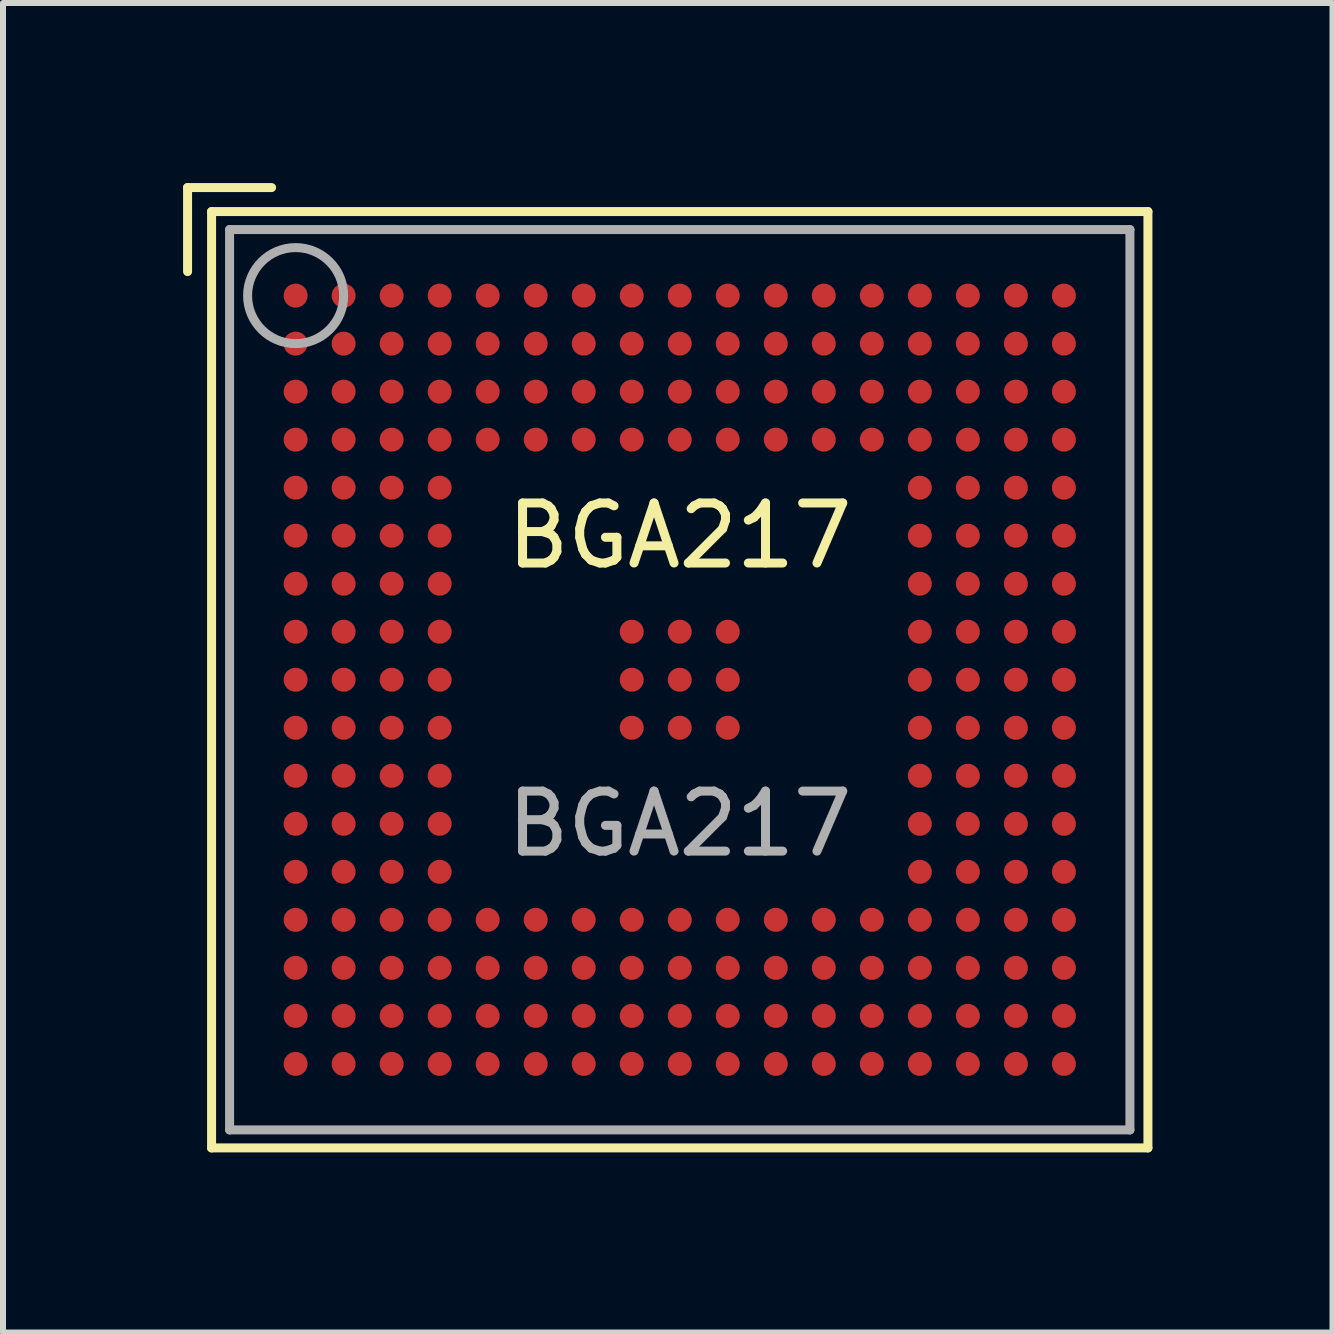
<source format=kicad_pcb>
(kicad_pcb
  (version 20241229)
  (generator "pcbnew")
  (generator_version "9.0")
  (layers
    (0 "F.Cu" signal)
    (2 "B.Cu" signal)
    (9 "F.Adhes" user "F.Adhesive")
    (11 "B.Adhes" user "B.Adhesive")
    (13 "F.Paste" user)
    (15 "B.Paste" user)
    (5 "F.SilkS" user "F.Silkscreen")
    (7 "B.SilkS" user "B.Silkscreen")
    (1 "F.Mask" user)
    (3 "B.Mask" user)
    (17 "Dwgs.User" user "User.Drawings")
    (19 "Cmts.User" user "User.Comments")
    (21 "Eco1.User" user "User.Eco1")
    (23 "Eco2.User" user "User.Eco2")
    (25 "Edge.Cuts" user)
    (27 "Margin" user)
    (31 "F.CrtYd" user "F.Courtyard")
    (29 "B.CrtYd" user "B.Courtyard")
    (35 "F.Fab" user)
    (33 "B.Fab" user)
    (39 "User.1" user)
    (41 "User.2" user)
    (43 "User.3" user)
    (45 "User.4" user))
  (footprint "BGA217"
    (layer "F.Cu")
    (at 8.275 8.275)
    (property "Reference" "BGA217" (at 0 -2.4 0) (layer "F.SilkS") (effects (font (size 1 1) (thickness 0.15))))
    (attr smd)
    (fp_line (start -8.2 -8.2) (end -6.8 -8.2) (stroke (width 0.15) (type solid)) (layer "F.SilkS"))
    (fp_line (start -8.2 -6.8) (end -8.2 -8.2) (stroke (width 0.15) (type solid)) (layer "F.SilkS"))
    (fp_line (start -7.8 -7.8) (end -7.8 7.8) (stroke (width 0.15) (type solid)) (layer "F.SilkS"))
    (fp_line (start -7.8 7.8) (end 7.8 7.8) (stroke (width 0.15) (type solid)) (layer "F.SilkS"))
    (fp_line (start 7.8 -7.8) (end -7.8 -7.8) (stroke (width 0.15) (type solid)) (layer "F.SilkS"))
    (fp_line (start 7.8 7.8) (end 7.8 -7.8) (stroke (width 0.15) (type solid)) (layer "F.SilkS"))
    (fp_line (start -7.5 -7.5) (end -7.5 7.5) (stroke (width 0.15) (type solid)) (layer "F.Fab"))
    (fp_line (start -7.5 7.5) (end 7.5 7.5) (stroke (width 0.15) (type solid)) (layer "F.Fab"))
    (fp_line (start 7.5 -7.5) (end -7.5 -7.5) (stroke (width 0.15) (type solid)) (layer "F.Fab"))
    (fp_line (start 7.5 7.5) (end 7.5 -7.5) (stroke (width 0.15) (type solid)) (layer "F.Fab"))
    (fp_circle (center -6.4 -6.4) (end -5.6 -6.4) (stroke (width 0.15) (type solid)) (fill no) (layer "F.Fab"))
    (fp_text user "${REFERENCE}" (at 0 2.4 0) (layer "F.Fab") (effects (font (size 1 1) (thickness 0.15))))
    (pad "A1" smd circle (at -6.4 -6.4) (size 0.4 0.4) (layers "F.Cu" "F.Mask" "F.Paste"))
    (pad "A2" smd circle (at -5.6 -6.4) (size 0.4 0.4) (layers "F.Cu" "F.Mask" "F.Paste"))
    (pad "A3" smd circle (at -4.8 -6.4) (size 0.4 0.4) (layers "F.Cu" "F.Mask" "F.Paste"))
    (pad "A4" smd circle (at -4 -6.4) (size 0.4 0.4) (layers "F.Cu" "F.Mask" "F.Paste"))
    (pad "A5" smd circle (at -3.2 -6.4) (size 0.4 0.4) (layers "F.Cu" "F.Mask" "F.Paste"))
    (pad "A6" smd circle (at -2.4 -6.4) (size 0.4 0.4) (layers "F.Cu" "F.Mask" "F.Paste"))
    (pad "A7" smd circle (at -1.6 -6.4) (size 0.4 0.4) (layers "F.Cu" "F.Mask" "F.Paste"))
    (pad "A8" smd circle (at -0.8 -6.4) (size 0.4 0.4) (layers "F.Cu" "F.Mask" "F.Paste"))
    (pad "A9" smd circle (at 0 -6.4) (size 0.4 0.4) (layers "F.Cu" "F.Mask" "F.Paste"))
    (pad "A10" smd circle (at 0.8 -6.4) (size 0.4 0.4) (layers "F.Cu" "F.Mask" "F.Paste"))
    (pad "A11" smd circle (at 1.6 -6.4) (size 0.4 0.4) (layers "F.Cu" "F.Mask" "F.Paste"))
    (pad "A12" smd circle (at 2.4 -6.4) (size 0.4 0.4) (layers "F.Cu" "F.Mask" "F.Paste"))
    (pad "A13" smd circle (at 3.2 -6.4) (size 0.4 0.4) (layers "F.Cu" "F.Mask" "F.Paste"))
    (pad "A14" smd circle (at 4 -6.4) (size 0.4 0.4) (layers "F.Cu" "F.Mask" "F.Paste"))
    (pad "A15" smd circle (at 4.8 -6.4) (size 0.4 0.4) (layers "F.Cu" "F.Mask" "F.Paste"))
    (pad "A16" smd circle (at 5.6 -6.4) (size 0.4 0.4) (layers "F.Cu" "F.Mask" "F.Paste"))
    (pad "A17" smd circle (at 6.4 -6.4) (size 0.4 0.4) (layers "F.Cu" "F.Mask" "F.Paste"))
    (pad "B1" smd circle (at -6.4 -5.6) (size 0.4 0.4) (layers "F.Cu" "F.Mask" "F.Paste"))
    (pad "B2" smd circle (at -5.6 -5.6) (size 0.4 0.4) (layers "F.Cu" "F.Mask" "F.Paste"))
    (pad "B3" smd circle (at -4.8 -5.6) (size 0.4 0.4) (layers "F.Cu" "F.Mask" "F.Paste"))
    (pad "B4" smd circle (at -4 -5.6) (size 0.4 0.4) (layers "F.Cu" "F.Mask" "F.Paste"))
    (pad "B5" smd circle (at -3.2 -5.6) (size 0.4 0.4) (layers "F.Cu" "F.Mask" "F.Paste"))
    (pad "B6" smd circle (at -2.4 -5.6) (size 0.4 0.4) (layers "F.Cu" "F.Mask" "F.Paste"))
    (pad "B7" smd circle (at -1.6 -5.6) (size 0.4 0.4) (layers "F.Cu" "F.Mask" "F.Paste"))
    (pad "B8" smd circle (at -0.8 -5.6) (size 0.4 0.4) (layers "F.Cu" "F.Mask" "F.Paste"))
    (pad "B9" smd circle (at 0 -5.6) (size 0.4 0.4) (layers "F.Cu" "F.Mask" "F.Paste"))
    (pad "B10" smd circle (at 0.8 -5.6) (size 0.4 0.4) (layers "F.Cu" "F.Mask" "F.Paste"))
    (pad "B11" smd circle (at 1.6 -5.6) (size 0.4 0.4) (layers "F.Cu" "F.Mask" "F.Paste"))
    (pad "B12" smd circle (at 2.4 -5.6) (size 0.4 0.4) (layers "F.Cu" "F.Mask" "F.Paste"))
    (pad "B13" smd circle (at 3.2 -5.6) (size 0.4 0.4) (layers "F.Cu" "F.Mask" "F.Paste"))
    (pad "B14" smd circle (at 4 -5.6) (size 0.4 0.4) (layers "F.Cu" "F.Mask" "F.Paste"))
    (pad "B15" smd circle (at 4.8 -5.6) (size 0.4 0.4) (layers "F.Cu" "F.Mask" "F.Paste"))
    (pad "B16" smd circle (at 5.6 -5.6) (size 0.4 0.4) (layers "F.Cu" "F.Mask" "F.Paste"))
    (pad "B17" smd circle (at 6.4 -5.6) (size 0.4 0.4) (layers "F.Cu" "F.Mask" "F.Paste"))
    (pad "C1" smd circle (at -6.4 -4.8) (size 0.4 0.4) (layers "F.Cu" "F.Mask" "F.Paste"))
    (pad "C2" smd circle (at -5.6 -4.8) (size 0.4 0.4) (layers "F.Cu" "F.Mask" "F.Paste"))
    (pad "C3" smd circle (at -4.8 -4.8) (size 0.4 0.4) (layers "F.Cu" "F.Mask" "F.Paste"))
    (pad "C4" smd circle (at -4 -4.8) (size 0.4 0.4) (layers "F.Cu" "F.Mask" "F.Paste"))
    (pad "C5" smd circle (at -3.2 -4.8) (size 0.4 0.4) (layers "F.Cu" "F.Mask" "F.Paste"))
    (pad "C6" smd circle (at -2.4 -4.8) (size 0.4 0.4) (layers "F.Cu" "F.Mask" "F.Paste"))
    (pad "C7" smd circle (at -1.6 -4.8) (size 0.4 0.4) (layers "F.Cu" "F.Mask" "F.Paste"))
    (pad "C8" smd circle (at -0.8 -4.8) (size 0.4 0.4) (layers "F.Cu" "F.Mask" "F.Paste"))
    (pad "C9" smd circle (at 0 -4.8) (size 0.4 0.4) (layers "F.Cu" "F.Mask" "F.Paste"))
    (pad "C10" smd circle (at 0.8 -4.8) (size 0.4 0.4) (layers "F.Cu" "F.Mask" "F.Paste"))
    (pad "C11" smd circle (at 1.6 -4.8) (size 0.4 0.4) (layers "F.Cu" "F.Mask" "F.Paste"))
    (pad "C12" smd circle (at 2.4 -4.8) (size 0.4 0.4) (layers "F.Cu" "F.Mask" "F.Paste"))
    (pad "C13" smd circle (at 3.2 -4.8) (size 0.4 0.4) (layers "F.Cu" "F.Mask" "F.Paste"))
    (pad "C14" smd circle (at 4 -4.8) (size 0.4 0.4) (layers "F.Cu" "F.Mask" "F.Paste"))
    (pad "C15" smd circle (at 4.8 -4.8) (size 0.4 0.4) (layers "F.Cu" "F.Mask" "F.Paste"))
    (pad "C16" smd circle (at 5.6 -4.8) (size 0.4 0.4) (layers "F.Cu" "F.Mask" "F.Paste"))
    (pad "C17" smd circle (at 6.4 -4.8) (size 0.4 0.4) (layers "F.Cu" "F.Mask" "F.Paste"))
    (pad "D1" smd circle (at -6.4 -4) (size 0.4 0.4) (layers "F.Cu" "F.Mask" "F.Paste"))
    (pad "D2" smd circle (at -5.6 -4) (size 0.4 0.4) (layers "F.Cu" "F.Mask" "F.Paste"))
    (pad "D3" smd circle (at -4.8 -4) (size 0.4 0.4) (layers "F.Cu" "F.Mask" "F.Paste"))
    (pad "D4" smd circle (at -4 -4) (size 0.4 0.4) (layers "F.Cu" "F.Mask" "F.Paste"))
    (pad "D5" smd circle (at -3.2 -4) (size 0.4 0.4) (layers "F.Cu" "F.Mask" "F.Paste"))
    (pad "D6" smd circle (at -2.4 -4) (size 0.4 0.4) (layers "F.Cu" "F.Mask" "F.Paste"))
    (pad "D7" smd circle (at -1.6 -4) (size 0.4 0.4) (layers "F.Cu" "F.Mask" "F.Paste"))
    (pad "D8" smd circle (at -0.8 -4) (size 0.4 0.4) (layers "F.Cu" "F.Mask" "F.Paste"))
    (pad "D9" smd circle (at 0 -4) (size 0.4 0.4) (layers "F.Cu" "F.Mask" "F.Paste"))
    (pad "D10" smd circle (at 0.8 -4) (size 0.4 0.4) (layers "F.Cu" "F.Mask" "F.Paste"))
    (pad "D11" smd circle (at 1.6 -4) (size 0.4 0.4) (layers "F.Cu" "F.Mask" "F.Paste"))
    (pad "D12" smd circle (at 2.4 -4) (size 0.4 0.4) (layers "F.Cu" "F.Mask" "F.Paste"))
    (pad "D13" smd circle (at 3.2 -4) (size 0.4 0.4) (layers "F.Cu" "F.Mask" "F.Paste"))
    (pad "D14" smd circle (at 4 -4) (size 0.4 0.4) (layers "F.Cu" "F.Mask" "F.Paste"))
    (pad "D15" smd circle (at 4.8 -4) (size 0.4 0.4) (layers "F.Cu" "F.Mask" "F.Paste"))
    (pad "D16" smd circle (at 5.6 -4) (size 0.4 0.4) (layers "F.Cu" "F.Mask" "F.Paste"))
    (pad "D17" smd circle (at 6.4 -4) (size 0.4 0.4) (layers "F.Cu" "F.Mask" "F.Paste"))
    (pad "E1" smd circle (at -6.4 -3.2) (size 0.4 0.4) (layers "F.Cu" "F.Mask" "F.Paste"))
    (pad "E2" smd circle (at -5.6 -3.2) (size 0.4 0.4) (layers "F.Cu" "F.Mask" "F.Paste"))
    (pad "E3" smd circle (at -4.8 -3.2) (size 0.4 0.4) (layers "F.Cu" "F.Mask" "F.Paste"))
    (pad "E4" smd circle (at -4 -3.2) (size 0.4 0.4) (layers "F.Cu" "F.Mask" "F.Paste"))
    (pad "E14" smd circle (at 4 -3.2) (size 0.4 0.4) (layers "F.Cu" "F.Mask" "F.Paste"))
    (pad "E15" smd circle (at 4.8 -3.2) (size 0.4 0.4) (layers "F.Cu" "F.Mask" "F.Paste"))
    (pad "E16" smd circle (at 5.6 -3.2) (size 0.4 0.4) (layers "F.Cu" "F.Mask" "F.Paste"))
    (pad "E17" smd circle (at 6.4 -3.2) (size 0.4 0.4) (layers "F.Cu" "F.Mask" "F.Paste"))
    (pad "F1" smd circle (at -6.4 -2.4) (size 0.4 0.4) (layers "F.Cu" "F.Mask" "F.Paste"))
    (pad "F2" smd circle (at -5.6 -2.4) (size 0.4 0.4) (layers "F.Cu" "F.Mask" "F.Paste"))
    (pad "F3" smd circle (at -4.8 -2.4) (size 0.4 0.4) (layers "F.Cu" "F.Mask" "F.Paste"))
    (pad "F4" smd circle (at -4 -2.4) (size 0.4 0.4) (layers "F.Cu" "F.Mask" "F.Paste"))
    (pad "F14" smd circle (at 4 -2.4) (size 0.4 0.4) (layers "F.Cu" "F.Mask" "F.Paste"))
    (pad "F15" smd circle (at 4.8 -2.4) (size 0.4 0.4) (layers "F.Cu" "F.Mask" "F.Paste"))
    (pad "F16" smd circle (at 5.6 -2.4) (size 0.4 0.4) (layers "F.Cu" "F.Mask" "F.Paste"))
    (pad "F17" smd circle (at 6.4 -2.4) (size 0.4 0.4) (layers "F.Cu" "F.Mask" "F.Paste"))
    (pad "G1" smd circle (at -6.4 -1.6) (size 0.4 0.4) (layers "F.Cu" "F.Mask" "F.Paste"))
    (pad "G2" smd circle (at -5.6 -1.6) (size 0.4 0.4) (layers "F.Cu" "F.Mask" "F.Paste"))
    (pad "G3" smd circle (at -4.8 -1.6) (size 0.4 0.4) (layers "F.Cu" "F.Mask" "F.Paste"))
    (pad "G4" smd circle (at -4 -1.6) (size 0.4 0.4) (layers "F.Cu" "F.Mask" "F.Paste"))
    (pad "G14" smd circle (at 4 -1.6) (size 0.4 0.4) (layers "F.Cu" "F.Mask" "F.Paste"))
    (pad "G15" smd circle (at 4.8 -1.6) (size 0.4 0.4) (layers "F.Cu" "F.Mask" "F.Paste"))
    (pad "G16" smd circle (at 5.6 -1.6) (size 0.4 0.4) (layers "F.Cu" "F.Mask" "F.Paste"))
    (pad "G17" smd circle (at 6.4 -1.6) (size 0.4 0.4) (layers "F.Cu" "F.Mask" "F.Paste"))
    (pad "H1" smd circle (at -6.4 -0.8) (size 0.4 0.4) (layers "F.Cu" "F.Mask" "F.Paste"))
    (pad "H2" smd circle (at -5.6 -0.8) (size 0.4 0.4) (layers "F.Cu" "F.Mask" "F.Paste"))
    (pad "H3" smd circle (at -4.8 -0.8) (size 0.4 0.4) (layers "F.Cu" "F.Mask" "F.Paste"))
    (pad "H4" smd circle (at -4 -0.8) (size 0.4 0.4) (layers "F.Cu" "F.Mask" "F.Paste"))
    (pad "H8" smd circle (at -0.8 -0.8) (size 0.4 0.4) (layers "F.Cu" "F.Mask" "F.Paste"))
    (pad "H9" smd circle (at 0 -0.8) (size 0.4 0.4) (layers "F.Cu" "F.Mask" "F.Paste"))
    (pad "H10" smd circle (at 0.8 -0.8) (size 0.4 0.4) (layers "F.Cu" "F.Mask" "F.Paste"))
    (pad "H14" smd circle (at 4 -0.8) (size 0.4 0.4) (layers "F.Cu" "F.Mask" "F.Paste"))
    (pad "H15" smd circle (at 4.8 -0.8) (size 0.4 0.4) (layers "F.Cu" "F.Mask" "F.Paste"))
    (pad "H16" smd circle (at 5.6 -0.8) (size 0.4 0.4) (layers "F.Cu" "F.Mask" "F.Paste"))
    (pad "H17" smd circle (at 6.4 -0.8) (size 0.4 0.4) (layers "F.Cu" "F.Mask" "F.Paste"))
    (pad "J1" smd circle (at -6.4 0) (size 0.4 0.4) (layers "F.Cu" "F.Mask" "F.Paste"))
    (pad "J2" smd circle (at -5.6 0) (size 0.4 0.4) (layers "F.Cu" "F.Mask" "F.Paste"))
    (pad "J3" smd circle (at -4.8 0) (size 0.4 0.4) (layers "F.Cu" "F.Mask" "F.Paste"))
    (pad "J4" smd circle (at -4 0) (size 0.4 0.4) (layers "F.Cu" "F.Mask" "F.Paste"))
    (pad "J8" smd circle (at -0.8 0) (size 0.4 0.4) (layers "F.Cu" "F.Mask" "F.Paste"))
    (pad "J9" smd circle (at 0 0) (size 0.4 0.4) (layers "F.Cu" "F.Mask" "F.Paste"))
    (pad "J10" smd circle (at 0.8 0) (size 0.4 0.4) (layers "F.Cu" "F.Mask" "F.Paste"))
    (pad "J14" smd circle (at 4 0) (size 0.4 0.4) (layers "F.Cu" "F.Mask" "F.Paste"))
    (pad "J15" smd circle (at 4.8 0) (size 0.4 0.4) (layers "F.Cu" "F.Mask" "F.Paste"))
    (pad "J16" smd circle (at 5.6 0) (size 0.4 0.4) (layers "F.Cu" "F.Mask" "F.Paste"))
    (pad "J17" smd circle (at 6.4 0) (size 0.4 0.4) (layers "F.Cu" "F.Mask" "F.Paste"))
    (pad "K1" smd circle (at -6.4 0.8) (size 0.4 0.4) (layers "F.Cu" "F.Mask" "F.Paste"))
    (pad "K2" smd circle (at -5.6 0.8) (size 0.4 0.4) (layers "F.Cu" "F.Mask" "F.Paste"))
    (pad "K3" smd circle (at -4.8 0.8) (size 0.4 0.4) (layers "F.Cu" "F.Mask" "F.Paste"))
    (pad "K4" smd circle (at -4 0.8) (size 0.4 0.4) (layers "F.Cu" "F.Mask" "F.Paste"))
    (pad "K8" smd circle (at -0.8 0.8) (size 0.4 0.4) (layers "F.Cu" "F.Mask" "F.Paste"))
    (pad "K9" smd circle (at 0 0.8) (size 0.4 0.4) (layers "F.Cu" "F.Mask" "F.Paste"))
    (pad "K10" smd circle (at 0.8 0.8) (size 0.4 0.4) (layers "F.Cu" "F.Mask" "F.Paste"))
    (pad "K14" smd circle (at 4 0.8) (size 0.4 0.4) (layers "F.Cu" "F.Mask" "F.Paste"))
    (pad "K15" smd circle (at 4.8 0.8) (size 0.4 0.4) (layers "F.Cu" "F.Mask" "F.Paste"))
    (pad "K16" smd circle (at 5.6 0.8) (size 0.4 0.4) (layers "F.Cu" "F.Mask" "F.Paste"))
    (pad "K17" smd circle (at 6.4 0.8) (size 0.4 0.4) (layers "F.Cu" "F.Mask" "F.Paste"))
    (pad "L1" smd circle (at -6.4 1.6) (size 0.4 0.4) (layers "F.Cu" "F.Mask" "F.Paste"))
    (pad "L2" smd circle (at -5.6 1.6) (size 0.4 0.4) (layers "F.Cu" "F.Mask" "F.Paste"))
    (pad "L3" smd circle (at -4.8 1.6) (size 0.4 0.4) (layers "F.Cu" "F.Mask" "F.Paste"))
    (pad "L4" smd circle (at -4 1.6) (size 0.4 0.4) (layers "F.Cu" "F.Mask" "F.Paste"))
    (pad "L14" smd circle (at 4 1.6) (size 0.4 0.4) (layers "F.Cu" "F.Mask" "F.Paste"))
    (pad "L15" smd circle (at 4.8 1.6) (size 0.4 0.4) (layers "F.Cu" "F.Mask" "F.Paste"))
    (pad "L16" smd circle (at 5.6 1.6) (size 0.4 0.4) (layers "F.Cu" "F.Mask" "F.Paste"))
    (pad "L17" smd circle (at 6.4 1.6) (size 0.4 0.4) (layers "F.Cu" "F.Mask" "F.Paste"))
    (pad "M1" smd circle (at -6.4 2.4) (size 0.4 0.4) (layers "F.Cu" "F.Mask" "F.Paste"))
    (pad "M2" smd circle (at -5.6 2.4) (size 0.4 0.4) (layers "F.Cu" "F.Mask" "F.Paste"))
    (pad "M3" smd circle (at -4.8 2.4) (size 0.4 0.4) (layers "F.Cu" "F.Mask" "F.Paste"))
    (pad "M4" smd circle (at -4 2.4) (size 0.4 0.4) (layers "F.Cu" "F.Mask" "F.Paste"))
    (pad "M14" smd circle (at 4 2.4) (size 0.4 0.4) (layers "F.Cu" "F.Mask" "F.Paste"))
    (pad "M15" smd circle (at 4.8 2.4) (size 0.4 0.4) (layers "F.Cu" "F.Mask" "F.Paste"))
    (pad "M16" smd circle (at 5.6 2.4) (size 0.4 0.4) (layers "F.Cu" "F.Mask" "F.Paste"))
    (pad "M17" smd circle (at 6.4 2.4) (size 0.4 0.4) (layers "F.Cu" "F.Mask" "F.Paste"))
    (pad "N1" smd circle (at -6.4 3.2) (size 0.4 0.4) (layers "F.Cu" "F.Mask" "F.Paste"))
    (pad "N2" smd circle (at -5.6 3.2) (size 0.4 0.4) (layers "F.Cu" "F.Mask" "F.Paste"))
    (pad "N3" smd circle (at -4.8 3.2) (size 0.4 0.4) (layers "F.Cu" "F.Mask" "F.Paste"))
    (pad "N4" smd circle (at -4 3.2) (size 0.4 0.4) (layers "F.Cu" "F.Mask" "F.Paste"))
    (pad "N14" smd circle (at 4 3.2) (size 0.4 0.4) (layers "F.Cu" "F.Mask" "F.Paste"))
    (pad "N15" smd circle (at 4.8 3.2) (size 0.4 0.4) (layers "F.Cu" "F.Mask" "F.Paste"))
    (pad "N16" smd circle (at 5.6 3.2) (size 0.4 0.4) (layers "F.Cu" "F.Mask" "F.Paste"))
    (pad "N17" smd circle (at 6.4 3.2) (size 0.4 0.4) (layers "F.Cu" "F.Mask" "F.Paste"))
    (pad "P1" smd circle (at -6.4 4) (size 0.4 0.4) (layers "F.Cu" "F.Mask" "F.Paste"))
    (pad "P2" smd circle (at -5.6 4) (size 0.4 0.4) (layers "F.Cu" "F.Mask" "F.Paste"))
    (pad "P3" smd circle (at -4.8 4) (size 0.4 0.4) (layers "F.Cu" "F.Mask" "F.Paste"))
    (pad "P4" smd circle (at -4 4) (size 0.4 0.4) (layers "F.Cu" "F.Mask" "F.Paste"))
    (pad "P5" smd circle (at -3.2 4) (size 0.4 0.4) (layers "F.Cu" "F.Mask" "F.Paste"))
    (pad "P6" smd circle (at -2.4 4) (size 0.4 0.4) (layers "F.Cu" "F.Mask" "F.Paste"))
    (pad "P7" smd circle (at -1.6 4) (size 0.4 0.4) (layers "F.Cu" "F.Mask" "F.Paste"))
    (pad "P8" smd circle (at -0.8 4) (size 0.4 0.4) (layers "F.Cu" "F.Mask" "F.Paste"))
    (pad "P9" smd circle (at 0 4) (size 0.4 0.4) (layers "F.Cu" "F.Mask" "F.Paste"))
    (pad "P10" smd circle (at 0.8 4) (size 0.4 0.4) (layers "F.Cu" "F.Mask" "F.Paste"))
    (pad "P11" smd circle (at 1.6 4) (size 0.4 0.4) (layers "F.Cu" "F.Mask" "F.Paste"))
    (pad "P12" smd circle (at 2.4 4) (size 0.4 0.4) (layers "F.Cu" "F.Mask" "F.Paste"))
    (pad "P13" smd circle (at 3.2 4) (size 0.4 0.4) (layers "F.Cu" "F.Mask" "F.Paste"))
    (pad "P14" smd circle (at 4 4) (size 0.4 0.4) (layers "F.Cu" "F.Mask" "F.Paste"))
    (pad "P15" smd circle (at 4.8 4) (size 0.4 0.4) (layers "F.Cu" "F.Mask" "F.Paste"))
    (pad "P16" smd circle (at 5.6 4) (size 0.4 0.4) (layers "F.Cu" "F.Mask" "F.Paste"))
    (pad "P17" smd circle (at 6.4 4) (size 0.4 0.4) (layers "F.Cu" "F.Mask" "F.Paste"))
    (pad "R1" smd circle (at -6.4 4.8) (size 0.4 0.4) (layers "F.Cu" "F.Mask" "F.Paste"))
    (pad "R2" smd circle (at -5.6 4.8) (size 0.4 0.4) (layers "F.Cu" "F.Mask" "F.Paste"))
    (pad "R3" smd circle (at -4.8 4.8) (size 0.4 0.4) (layers "F.Cu" "F.Mask" "F.Paste"))
    (pad "R4" smd circle (at -4 4.8) (size 0.4 0.4) (layers "F.Cu" "F.Mask" "F.Paste"))
    (pad "R5" smd circle (at -3.2 4.8) (size 0.4 0.4) (layers "F.Cu" "F.Mask" "F.Paste"))
    (pad "R6" smd circle (at -2.4 4.8) (size 0.4 0.4) (layers "F.Cu" "F.Mask" "F.Paste"))
    (pad "R7" smd circle (at -1.6 4.8) (size 0.4 0.4) (layers "F.Cu" "F.Mask" "F.Paste"))
    (pad "R8" smd circle (at -0.8 4.8) (size 0.4 0.4) (layers "F.Cu" "F.Mask" "F.Paste"))
    (pad "R9" smd circle (at 0 4.8) (size 0.4 0.4) (layers "F.Cu" "F.Mask" "F.Paste"))
    (pad "R10" smd circle (at 0.8 4.8) (size 0.4 0.4) (layers "F.Cu" "F.Mask" "F.Paste"))
    (pad "R11" smd circle (at 1.6 4.8) (size 0.4 0.4) (layers "F.Cu" "F.Mask" "F.Paste"))
    (pad "R12" smd circle (at 2.4 4.8) (size 0.4 0.4) (layers "F.Cu" "F.Mask" "F.Paste"))
    (pad "R13" smd circle (at 3.2 4.8) (size 0.4 0.4) (layers "F.Cu" "F.Mask" "F.Paste"))
    (pad "R14" smd circle (at 4 4.8) (size 0.4 0.4) (layers "F.Cu" "F.Mask" "F.Paste"))
    (pad "R15" smd circle (at 4.8 4.8) (size 0.4 0.4) (layers "F.Cu" "F.Mask" "F.Paste"))
    (pad "R16" smd circle (at 5.6 4.8) (size 0.4 0.4) (layers "F.Cu" "F.Mask" "F.Paste"))
    (pad "R17" smd circle (at 6.4 4.8) (size 0.4 0.4) (layers "F.Cu" "F.Mask" "F.Paste"))
    (pad "T1" smd circle (at -6.4 5.6) (size 0.4 0.4) (layers "F.Cu" "F.Mask" "F.Paste"))
    (pad "T2" smd circle (at -5.6 5.6) (size 0.4 0.4) (layers "F.Cu" "F.Mask" "F.Paste"))
    (pad "T3" smd circle (at -4.8 5.6) (size 0.4 0.4) (layers "F.Cu" "F.Mask" "F.Paste"))
    (pad "T4" smd circle (at -4 5.6) (size 0.4 0.4) (layers "F.Cu" "F.Mask" "F.Paste"))
    (pad "T5" smd circle (at -3.2 5.6) (size 0.4 0.4) (layers "F.Cu" "F.Mask" "F.Paste"))
    (pad "T6" smd circle (at -2.4 5.6) (size 0.4 0.4) (layers "F.Cu" "F.Mask" "F.Paste"))
    (pad "T7" smd circle (at -1.6 5.6) (size 0.4 0.4) (layers "F.Cu" "F.Mask" "F.Paste"))
    (pad "T8" smd circle (at -0.8 5.6) (size 0.4 0.4) (layers "F.Cu" "F.Mask" "F.Paste"))
    (pad "T9" smd circle (at 0 5.6) (size 0.4 0.4) (layers "F.Cu" "F.Mask" "F.Paste"))
    (pad "T10" smd circle (at 0.8 5.6) (size 0.4 0.4) (layers "F.Cu" "F.Mask" "F.Paste"))
    (pad "T11" smd circle (at 1.6 5.6) (size 0.4 0.4) (layers "F.Cu" "F.Mask" "F.Paste"))
    (pad "T12" smd circle (at 2.4 5.6) (size 0.4 0.4) (layers "F.Cu" "F.Mask" "F.Paste"))
    (pad "T13" smd circle (at 3.2 5.6) (size 0.4 0.4) (layers "F.Cu" "F.Mask" "F.Paste"))
    (pad "T14" smd circle (at 4 5.6) (size 0.4 0.4) (layers "F.Cu" "F.Mask" "F.Paste"))
    (pad "T15" smd circle (at 4.8 5.6) (size 0.4 0.4) (layers "F.Cu" "F.Mask" "F.Paste"))
    (pad "T16" smd circle (at 5.6 5.6) (size 0.4 0.4) (layers "F.Cu" "F.Mask" "F.Paste"))
    (pad "T17" smd circle (at 6.4 5.6) (size 0.4 0.4) (layers "F.Cu" "F.Mask" "F.Paste"))
    (pad "U1" smd circle (at -6.4 6.4) (size 0.4 0.4) (layers "F.Cu" "F.Mask" "F.Paste"))
    (pad "U2" smd circle (at -5.6 6.4) (size 0.4 0.4) (layers "F.Cu" "F.Mask" "F.Paste"))
    (pad "U3" smd circle (at -4.8 6.4) (size 0.4 0.4) (layers "F.Cu" "F.Mask" "F.Paste"))
    (pad "U4" smd circle (at -4 6.4) (size 0.4 0.4) (layers "F.Cu" "F.Mask" "F.Paste"))
    (pad "U5" smd circle (at -3.2 6.4) (size 0.4 0.4) (layers "F.Cu" "F.Mask" "F.Paste"))
    (pad "U6" smd circle (at -2.4 6.4) (size 0.4 0.4) (layers "F.Cu" "F.Mask" "F.Paste"))
    (pad "U7" smd circle (at -1.6 6.4) (size 0.4 0.4) (layers "F.Cu" "F.Mask" "F.Paste"))
    (pad "U8" smd circle (at -0.8 6.4) (size 0.4 0.4) (layers "F.Cu" "F.Mask" "F.Paste"))
    (pad "U9" smd circle (at 0 6.4) (size 0.4 0.4) (layers "F.Cu" "F.Mask" "F.Paste"))
    (pad "U10" smd circle (at 0.8 6.4) (size 0.4 0.4) (layers "F.Cu" "F.Mask" "F.Paste"))
    (pad "U11" smd circle (at 1.6 6.4) (size 0.4 0.4) (layers "F.Cu" "F.Mask" "F.Paste"))
    (pad "U12" smd circle (at 2.4 6.4) (size 0.4 0.4) (layers "F.Cu" "F.Mask" "F.Paste"))
    (pad "U13" smd circle (at 3.2 6.4) (size 0.4 0.4) (layers "F.Cu" "F.Mask" "F.Paste"))
    (pad "U14" smd circle (at 4 6.4) (size 0.4 0.4) (layers "F.Cu" "F.Mask" "F.Paste"))
    (pad "U15" smd circle (at 4.8 6.4) (size 0.4 0.4) (layers "F.Cu" "F.Mask" "F.Paste"))
    (pad "U16" smd circle (at 5.6 6.4) (size 0.4 0.4) (layers "F.Cu" "F.Mask" "F.Paste"))
    (pad "U17" smd circle (at 6.4 6.4) (size 0.4 0.4) (layers "F.Cu" "F.Mask" "F.Paste")))
  (gr_rect
    (start -3 -3)
    (end 19.15 19.15)
    (stroke (width 0.1) (type default))
    (fill no)
    (layer "Edge.Cuts")))
</source>
